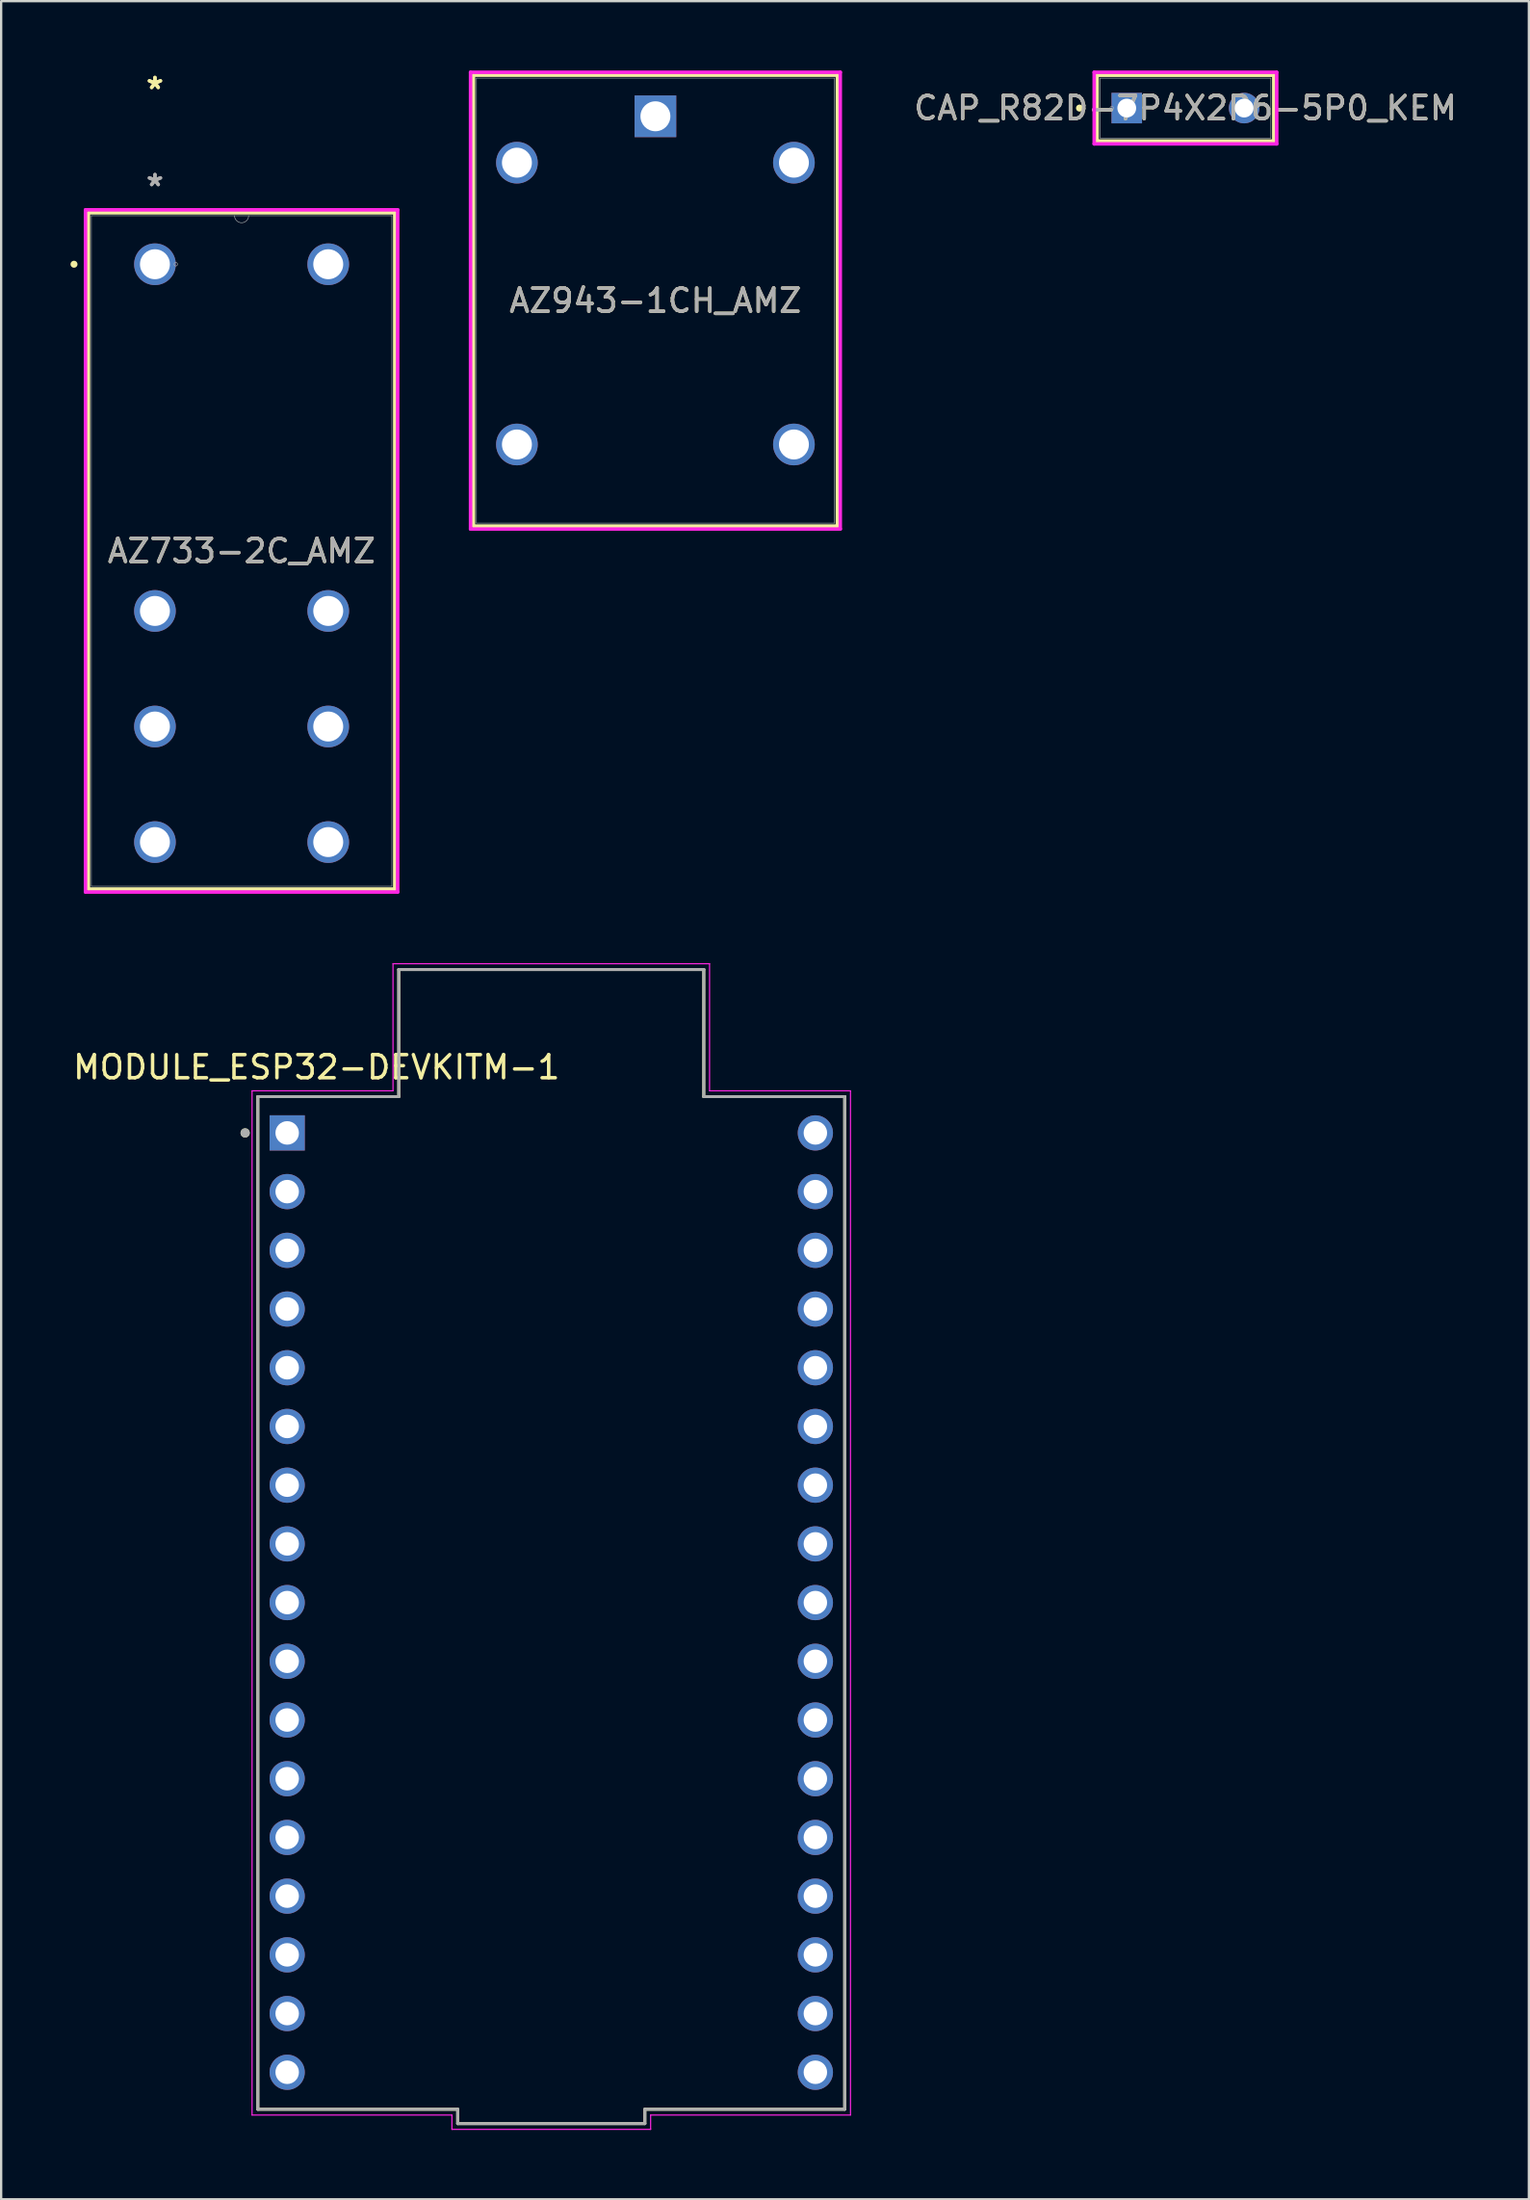
<source format=kicad_pcb>
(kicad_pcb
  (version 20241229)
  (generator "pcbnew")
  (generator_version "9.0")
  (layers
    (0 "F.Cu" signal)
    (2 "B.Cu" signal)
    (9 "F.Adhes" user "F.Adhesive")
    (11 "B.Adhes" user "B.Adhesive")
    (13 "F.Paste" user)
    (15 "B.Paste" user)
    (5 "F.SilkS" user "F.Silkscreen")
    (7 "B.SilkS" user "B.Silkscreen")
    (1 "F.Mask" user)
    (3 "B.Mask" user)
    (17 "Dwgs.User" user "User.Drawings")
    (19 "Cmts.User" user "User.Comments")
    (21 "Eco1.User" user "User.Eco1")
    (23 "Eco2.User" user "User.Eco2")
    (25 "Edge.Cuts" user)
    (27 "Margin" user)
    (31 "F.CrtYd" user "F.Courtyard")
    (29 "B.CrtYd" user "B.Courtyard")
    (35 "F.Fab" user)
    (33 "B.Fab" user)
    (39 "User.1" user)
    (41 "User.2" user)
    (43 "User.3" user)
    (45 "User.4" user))
  (footprint "AZ733-2C_AMZ"
    (layer "F.Cu")
    (at 3.656 8.382)
    (property "Reference" "AZ733-2C_AMZ" (at 3.75 12.403 0) (unlocked yes) (layer "F.SilkS") (effects (font (size 1 1) (thickness 0.15))))
    (attr through_hole)
    (fp_line (start -2.879 -2.227) (end -2.879 27.034) (stroke (width 0.152) (type solid)) (layer "F.SilkS"))
    (fp_line (start -2.879 27.034) (end 10.379 27.034) (stroke (width 0.152) (type solid)) (layer "F.SilkS"))
    (fp_line (start 10.379 -2.227) (end -2.879 -2.227) (stroke (width 0.152) (type solid)) (layer "F.SilkS"))
    (fp_line (start 10.379 27.034) (end 10.379 -2.227) (stroke (width 0.152) (type solid)) (layer "F.SilkS"))
    (fp_circle (center -3.503 0) (end -3.427 0) (stroke (width 0.152) (type solid)) (fill no) (layer "F.SilkS"))
    (fp_line (start -3.006 -2.354) (end 10.506 -2.354) (stroke (width 0.152) (type solid)) (layer "F.CrtYd"))
    (fp_line (start -3.006 27.161) (end -3.006 -2.354) (stroke (width 0.152) (type solid)) (layer "F.CrtYd"))
    (fp_line (start 10.506 -2.354) (end 10.506 27.161) (stroke (width 0.152) (type solid)) (layer "F.CrtYd"))
    (fp_line (start 10.506 27.161) (end -3.006 27.161) (stroke (width 0.152) (type solid)) (layer "F.CrtYd"))
    (fp_line (start -2.752 -2.1) (end -2.752 26.907) (stroke (width 0.025) (type solid)) (layer "F.Fab"))
    (fp_line (start -2.752 26.907) (end 10.252 26.907) (stroke (width 0.025) (type solid)) (layer "F.Fab"))
    (fp_line (start 10.252 -2.1) (end -2.752 -2.1) (stroke (width 0.025) (type solid)) (layer "F.Fab"))
    (fp_line (start 10.252 26.907) (end 10.252 -2.1) (stroke (width 0.025) (type solid)) (layer "F.Fab"))
    (fp_arc (start 4.0548 -2.1) (mid 3.75 -1.7952) (end 3.4452 -2.1) (stroke (width 0.0254) (type solid)) (layer "F.Fab"))
    (fp_circle (center 0.902 0) (end 0.978 0) (stroke (width 0.025) (type solid)) (fill no) (layer "F.Fab"))
    (fp_text user "*" (at 0 -7.533 0) (unlocked yes) (layer "F.SilkS") (effects (font (size 1 1) (thickness 0.15))))
    (fp_text user "*" (at 0 -7.533 0) (layer "F.SilkS") (effects (font (size 1 1) (thickness 0.15))))
    (fp_text user "*" (at 0 -3.333 0) (layer "F.Fab") (effects (font (size 1 1) (thickness 0.15))))
    (fp_text user "*" (at 0 -3.333 0) (unlocked yes) (layer "F.Fab") (effects (font (size 1 1) (thickness 0.15))))
    (fp_text user "${REFERENCE}" (at 3.75 12.403 0) (unlocked yes) (layer "F.Fab") (effects (font (size 1 1) (thickness 0.15))))
    (pad "1" thru_hole circle (at 0 0) (size 1.803 1.803) (drill 1.295) (layers "*.Cu" "*.Mask"))
    (pad "2" thru_hole circle (at 0 15) (size 1.803 1.803) (drill 1.295) (layers "*.Cu" "*.Mask"))
    (pad "3" thru_hole circle (at 0 20) (size 1.803 1.803) (drill 1.295) (layers "*.Cu" "*.Mask"))
    (pad "4" thru_hole circle (at 0 25) (size 1.803 1.803) (drill 1.295) (layers "*.Cu" "*.Mask"))
    (pad "5" thru_hole circle (at 7.5 25) (size 1.803 1.803) (drill 1.295) (layers "*.Cu" "*.Mask"))
    (pad "6" thru_hole circle (at 7.5 20) (size 1.803 1.803) (drill 1.295) (layers "*.Cu" "*.Mask"))
    (pad "7" thru_hole circle (at 7.5 15) (size 1.803 1.803) (drill 1.295) (layers "*.Cu" "*.Mask"))
    (pad "8" thru_hole circle (at 7.5 0) (size 1.803 1.803) (drill 1.295) (layers "*.Cu" "*.Mask")))
  (footprint "MODULE_ESP32-DEVKITM-1"
    (layer "F.Cu")
    (at 20.809 66.299)
    (property "Reference" "MODULE_ESP32-DEVKITM-1" (at -10.16 -23.177 0) (layer "F.SilkS") (effects (font (size 1 1) (thickness 0.15))))
    (attr through_hole)
    (fp_line (start -12.7 -21.905) (end -6.6 -21.905) (stroke (width 0.127) (type solid)) (layer "F.SilkS"))
    (fp_line (start -12.7 21.905) (end -12.7 -21.905) (stroke (width 0.127) (type solid)) (layer "F.SilkS"))
    (fp_line (start -6.6 -27.405) (end 6.6 -27.405) (stroke (width 0.127) (type solid)) (layer "F.SilkS"))
    (fp_line (start -6.6 -21.905) (end -6.6 -27.405) (stroke (width 0.127) (type solid)) (layer "F.SilkS"))
    (fp_line (start -4.05 21.905) (end -12.7 21.905) (stroke (width 0.127) (type solid)) (layer "F.SilkS"))
    (fp_line (start -4.05 21.905) (end -4.05 22.525) (stroke (width 0.127) (type solid)) (layer "F.SilkS"))
    (fp_line (start -4.05 22.525) (end 4.05 22.525) (stroke (width 0.127) (type solid)) (layer "F.SilkS"))
    (fp_line (start 4.05 22.525) (end 4.05 21.905) (stroke (width 0.127) (type solid)) (layer "F.SilkS"))
    (fp_line (start 6.6 -27.405) (end 6.6 -21.905) (stroke (width 0.127) (type solid)) (layer "F.SilkS"))
    (fp_line (start 6.6 -21.905) (end 12.7 -21.905) (stroke (width 0.127) (type solid)) (layer "F.SilkS"))
    (fp_line (start 12.7 -21.905) (end 12.7 21.905) (stroke (width 0.127) (type solid)) (layer "F.SilkS"))
    (fp_line (start 12.7 21.905) (end 4.05 21.905) (stroke (width 0.127) (type solid)) (layer "F.SilkS"))
    (fp_circle (center -13.25 -20.335) (end -13.15 -20.335) (stroke (width 0.2) (type solid)) (fill no) (layer "F.SilkS"))
    (fp_line (start -12.95 -22.155) (end -6.85 -22.155) (stroke (width 0.05) (type solid)) (layer "F.CrtYd"))
    (fp_line (start -12.95 22.155) (end -12.95 -22.155) (stroke (width 0.05) (type solid)) (layer "F.CrtYd"))
    (fp_line (start -6.85 -27.655) (end 6.85 -27.655) (stroke (width 0.05) (type solid)) (layer "F.CrtYd"))
    (fp_line (start -6.85 -22.155) (end -6.85 -27.655) (stroke (width 0.05) (type solid)) (layer "F.CrtYd"))
    (fp_line (start -4.3 22.155) (end -12.95 22.155) (stroke (width 0.05) (type solid)) (layer "F.CrtYd"))
    (fp_line (start -4.3 22.155) (end -4.3 22.775) (stroke (width 0.05) (type solid)) (layer "F.CrtYd"))
    (fp_line (start -4.3 22.775) (end 4.3 22.775) (stroke (width 0.05) (type solid)) (layer "F.CrtYd"))
    (fp_line (start 4.3 22.775) (end 4.3 22.155) (stroke (width 0.05) (type solid)) (layer "F.CrtYd"))
    (fp_line (start 6.85 -27.655) (end 6.85 -22.155) (stroke (width 0.05) (type solid)) (layer "F.CrtYd"))
    (fp_line (start 6.85 -22.155) (end 12.95 -22.155) (stroke (width 0.05) (type solid)) (layer "F.CrtYd"))
    (fp_line (start 12.95 -22.155) (end 12.95 22.155) (stroke (width 0.05) (type solid)) (layer "F.CrtYd"))
    (fp_line (start 12.95 22.155) (end 4.3 22.155) (stroke (width 0.05) (type solid)) (layer "F.CrtYd"))
    (fp_line (start -12.7 -21.905) (end -6.6 -21.905) (stroke (width 0.127) (type solid)) (layer "F.Fab"))
    (fp_line (start -12.7 21.905) (end -12.7 -21.905) (stroke (width 0.127) (type solid)) (layer "F.Fab"))
    (fp_line (start -6.6 -27.405) (end 6.6 -27.405) (stroke (width 0.127) (type solid)) (layer "F.Fab"))
    (fp_line (start -6.6 -21.905) (end -6.6 -27.405) (stroke (width 0.127) (type solid)) (layer "F.Fab"))
    (fp_line (start -4.05 21.905) (end -12.7 21.905) (stroke (width 0.127) (type solid)) (layer "F.Fab"))
    (fp_line (start -4.05 21.905) (end -4.05 22.525) (stroke (width 0.127) (type solid)) (layer "F.Fab"))
    (fp_line (start -4.05 22.525) (end 4.05 22.525) (stroke (width 0.127) (type solid)) (layer "F.Fab"))
    (fp_line (start 4.05 22.525) (end 4.05 21.905) (stroke (width 0.127) (type solid)) (layer "F.Fab"))
    (fp_line (start 6.6 -27.405) (end 6.6 -21.905) (stroke (width 0.127) (type solid)) (layer "F.Fab"))
    (fp_line (start 6.6 -21.905) (end 12.7 -21.905) (stroke (width 0.127) (type solid)) (layer "F.Fab"))
    (fp_line (start 12.7 -21.905) (end 12.7 21.905) (stroke (width 0.127) (type solid)) (layer "F.Fab"))
    (fp_line (start 12.7 21.905) (end 4.05 21.905) (stroke (width 0.127) (type solid)) (layer "F.Fab"))
    (fp_circle (center -13.25 -20.335) (end -13.15 -20.335) (stroke (width 0.2) (type solid)) (fill no) (layer "F.Fab"))
    (pad "J1_1" thru_hole rect (at -11.43 -20.335) (size 1.524 1.524) (drill 1.016) (layers "*.Cu" "*.Mask"))
    (pad "J1_2" thru_hole circle (at -11.43 -17.795) (size 1.524 1.524) (drill 1.016) (layers "*.Cu" "*.Mask"))
    (pad "J1_3" thru_hole circle (at -11.43 -15.255) (size 1.524 1.524) (drill 1.016) (layers "*.Cu" "*.Mask"))
    (pad "J1_4" thru_hole circle (at -11.43 -12.715) (size 1.524 1.524) (drill 1.016) (layers "*.Cu" "*.Mask"))
    (pad "J1_5" thru_hole circle (at -11.43 -10.175) (size 1.524 1.524) (drill 1.016) (layers "*.Cu" "*.Mask"))
    (pad "J1_6" thru_hole circle (at -11.43 -7.635) (size 1.524 1.524) (drill 1.016) (layers "*.Cu" "*.Mask"))
    (pad "J1_7" thru_hole circle (at -11.43 -5.095) (size 1.524 1.524) (drill 1.016) (layers "*.Cu" "*.Mask"))
    (pad "J1_8" thru_hole circle (at -11.43 -2.555) (size 1.524 1.524) (drill 1.016) (layers "*.Cu" "*.Mask"))
    (pad "J1_9" thru_hole circle (at -11.43 -0.015) (size 1.524 1.524) (drill 1.016) (layers "*.Cu" "*.Mask"))
    (pad "J1_10" thru_hole circle (at -11.43 2.525) (size 1.524 1.524) (drill 1.016) (layers "*.Cu" "*.Mask"))
    (pad "J1_11" thru_hole circle (at -11.43 5.065) (size 1.524 1.524) (drill 1.016) (layers "*.Cu" "*.Mask"))
    (pad "J1_12" thru_hole circle (at -11.43 7.605) (size 1.524 1.524) (drill 1.016) (layers "*.Cu" "*.Mask"))
    (pad "J1_13" thru_hole circle (at -11.43 10.145) (size 1.524 1.524) (drill 1.016) (layers "*.Cu" "*.Mask"))
    (pad "J1_14" thru_hole circle (at -11.43 12.685) (size 1.524 1.524) (drill 1.016) (layers "*.Cu" "*.Mask"))
    (pad "J1_15" thru_hole circle (at -11.43 15.225) (size 1.524 1.524) (drill 1.016) (layers "*.Cu" "*.Mask"))
    (pad "J1_16" thru_hole circle (at -11.43 17.765) (size 1.524 1.524) (drill 1.016) (layers "*.Cu" "*.Mask"))
    (pad "J1_17" thru_hole circle (at -11.43 20.305) (size 1.524 1.524) (drill 1.016) (layers "*.Cu" "*.Mask"))
    (pad "J3_1" thru_hole circle (at 11.43 -20.335) (size 1.524 1.524) (drill 1.016) (layers "*.Cu" "*.Mask"))
    (pad "J3_2" thru_hole circle (at 11.43 -17.795) (size 1.524 1.524) (drill 1.016) (layers "*.Cu" "*.Mask"))
    (pad "J3_3" thru_hole circle (at 11.43 -15.255) (size 1.524 1.524) (drill 1.016) (layers "*.Cu" "*.Mask"))
    (pad "J3_4" thru_hole circle (at 11.43 -12.715) (size 1.524 1.524) (drill 1.016) (layers "*.Cu" "*.Mask"))
    (pad "J3_5" thru_hole circle (at 11.43 -10.175) (size 1.524 1.524) (drill 1.016) (layers "*.Cu" "*.Mask"))
    (pad "J3_6" thru_hole circle (at 11.43 -7.635) (size 1.524 1.524) (drill 1.016) (layers "*.Cu" "*.Mask"))
    (pad "J3_7" thru_hole circle (at 11.43 -5.095) (size 1.524 1.524) (drill 1.016) (layers "*.Cu" "*.Mask"))
    (pad "J3_8" thru_hole circle (at 11.43 -2.555) (size 1.524 1.524) (drill 1.016) (layers "*.Cu" "*.Mask"))
    (pad "J3_9" thru_hole circle (at 11.43 -0.015) (size 1.524 1.524) (drill 1.016) (layers "*.Cu" "*.Mask"))
    (pad "J3_10" thru_hole circle (at 11.43 2.525) (size 1.524 1.524) (drill 1.016) (layers "*.Cu" "*.Mask"))
    (pad "J3_11" thru_hole circle (at 11.43 5.065) (size 1.524 1.524) (drill 1.016) (layers "*.Cu" "*.Mask"))
    (pad "J3_12" thru_hole circle (at 11.43 7.605) (size 1.524 1.524) (drill 1.016) (layers "*.Cu" "*.Mask"))
    (pad "J3_13" thru_hole circle (at 11.43 10.145) (size 1.524 1.524) (drill 1.016) (layers "*.Cu" "*.Mask"))
    (pad "J3_14" thru_hole circle (at 11.43 12.685) (size 1.524 1.524) (drill 1.016) (layers "*.Cu" "*.Mask"))
    (pad "J3_15" thru_hole circle (at 11.43 15.225) (size 1.524 1.524) (drill 1.016) (layers "*.Cu" "*.Mask"))
    (pad "J3_16" thru_hole circle (at 11.43 17.765) (size 1.524 1.524) (drill 1.016) (layers "*.Cu" "*.Mask"))
    (pad "J3_17" thru_hole circle (at 11.43 20.305) (size 1.524 1.524) (drill 1.016) (layers "*.Cu" "*.Mask")))
  (footprint "AZ943-1CH_AMZ"
    (layer "F.Cu")
    (at 25.316 1.981)
    (property "Reference" "AZ943-1CH_AMZ" (at 0 7.976 0) (unlocked yes) (layer "F.SilkS") (effects (font (size 1 1) (thickness 0.15))))
    (attr through_hole)
    (fp_line (start -7.874 -1.778) (end -7.874 17.729) (stroke (width 0.152) (type solid)) (layer "F.SilkS"))
    (fp_line (start 7.874 -1.778) (end -7.874 -1.778) (stroke (width 0.152) (type solid)) (layer "F.SilkS"))
    (fp_line (start 7.874 -1.778) (end 7.874 17.729) (stroke (width 0.152) (type solid)) (layer "F.SilkS"))
    (fp_line (start 7.874 17.729) (end -7.874 17.729) (stroke (width 0.152) (type solid)) (layer "F.SilkS"))
    (fp_line (start -8.001 -1.905) (end -8.001 17.856) (stroke (width 0.152) (type solid)) (layer "F.CrtYd"))
    (fp_line (start -8.001 17.856) (end 8.001 17.856) (stroke (width 0.152) (type solid)) (layer "F.CrtYd"))
    (fp_line (start 8.001 -1.905) (end -8.001 -1.905) (stroke (width 0.152) (type solid)) (layer "F.CrtYd"))
    (fp_line (start 8.001 17.856) (end 8.001 -1.905) (stroke (width 0.152) (type solid)) (layer "F.CrtYd"))
    (fp_line (start -7.747 -1.651) (end -7.747 17.602) (stroke (width 0.025) (type solid)) (layer "F.Fab"))
    (fp_line (start 7.747 -1.651) (end -7.747 -1.651) (stroke (width 0.025) (type solid)) (layer "F.Fab"))
    (fp_line (start 7.747 -1.651) (end 7.747 17.602) (stroke (width 0.025) (type solid)) (layer "F.Fab"))
    (fp_line (start 7.747 17.602) (end -7.747 17.602) (stroke (width 0.025) (type solid)) (layer "F.Fab"))
    (fp_text user "${REFERENCE}" (at 0 7.976 0) (unlocked yes) (layer "F.Fab") (effects (font (size 1 1) (thickness 0.15))))
    (pad "1" thru_hole rect (at 0 0) (size 1.803 1.803) (drill 1.295) (layers "*.Cu" "*.Mask"))
    (pad "2" thru_hole circle (at -5.994 2.007) (size 1.803 1.803) (drill 1.295) (layers "*.Cu" "*.Mask"))
    (pad "3" thru_hole circle (at -5.994 14.199) (size 1.803 1.803) (drill 1.295) (layers "*.Cu" "*.Mask"))
    (pad "4" thru_hole circle (at 5.994 14.199) (size 1.803 1.803) (drill 1.295) (layers "*.Cu" "*.Mask"))
    (pad "5" thru_hole circle (at 5.994 2.007) (size 1.803 1.803) (drill 1.295) (layers "*.Cu" "*.Mask")))
  (footprint "CAP_R82D-7P4X2P6-5P0_KEM"
    (layer "F.Cu")
    (at 45.716 1.626)
    (property "Reference" "CAP_R82D-7P4X2P6-5P0_KEM" (at 2.54 0 0) (unlocked yes) (layer "F.SilkS") (effects (font (size 1 1) (thickness 0.15))))
    (attr through_hole)
    (fp_line (start -1.283 -1.422) (end -1.283 1.422) (stroke (width 0.152) (type solid)) (layer "F.SilkS"))
    (fp_line (start 6.363 -1.422) (end -1.283 -1.422) (stroke (width 0.152) (type solid)) (layer "F.SilkS"))
    (fp_line (start 6.363 -1.422) (end 6.363 1.422) (stroke (width 0.152) (type solid)) (layer "F.SilkS"))
    (fp_line (start 6.363 1.422) (end -1.283 1.422) (stroke (width 0.152) (type solid)) (layer "F.SilkS"))
    (fp_circle (center -2.045 0) (end -1.968 0) (stroke (width 0.152) (type solid)) (fill no) (layer "F.SilkS"))
    (fp_line (start -1.41 -1.549) (end 6.49 -1.549) (stroke (width 0.152) (type solid)) (layer "F.CrtYd"))
    (fp_line (start -1.41 1.549) (end -1.41 -1.549) (stroke (width 0.152) (type solid)) (layer "F.CrtYd"))
    (fp_line (start 6.49 -1.549) (end 6.49 1.549) (stroke (width 0.152) (type solid)) (layer "F.CrtYd"))
    (fp_line (start 6.49 1.549) (end -1.41 1.549) (stroke (width 0.152) (type solid)) (layer "F.CrtYd"))
    (fp_line (start -1.156 -1.295) (end -1.156 1.295) (stroke (width 0.025) (type solid)) (layer "F.Fab"))
    (fp_line (start 6.236 -1.295) (end -1.156 -1.295) (stroke (width 0.025) (type solid)) (layer "F.Fab"))
    (fp_line (start 6.236 -1.295) (end 6.236 1.295) (stroke (width 0.025) (type solid)) (layer "F.Fab"))
    (fp_line (start 6.236 1.295) (end -1.156 1.295) (stroke (width 0.025) (type solid)) (layer "F.Fab"))
    (fp_circle (center -0.648 0) (end -0.572 0) (stroke (width 0.025) (type solid)) (fill no) (layer "F.Fab"))
    (fp_text user "${REFERENCE}" (at 2.54 0 0) (unlocked yes) (layer "F.Fab") (effects (font (size 1 1) (thickness 0.15))))
    (pad "1" thru_hole rect (at 0 0) (size 1.321 1.321) (drill 0.813) (layers "*.Cu" "*.Mask"))
    (pad "2" thru_hole circle (at 5.08 0) (size 1.321 1.321) (drill 0.813) (layers "*.Cu" "*.Mask")))
  (gr_rect
    (start -3 -3)
    (end 63.119 92.099)
    (stroke (width 0.1) (type default))
    (fill no)
    (layer "Edge.Cuts")))
</source>
